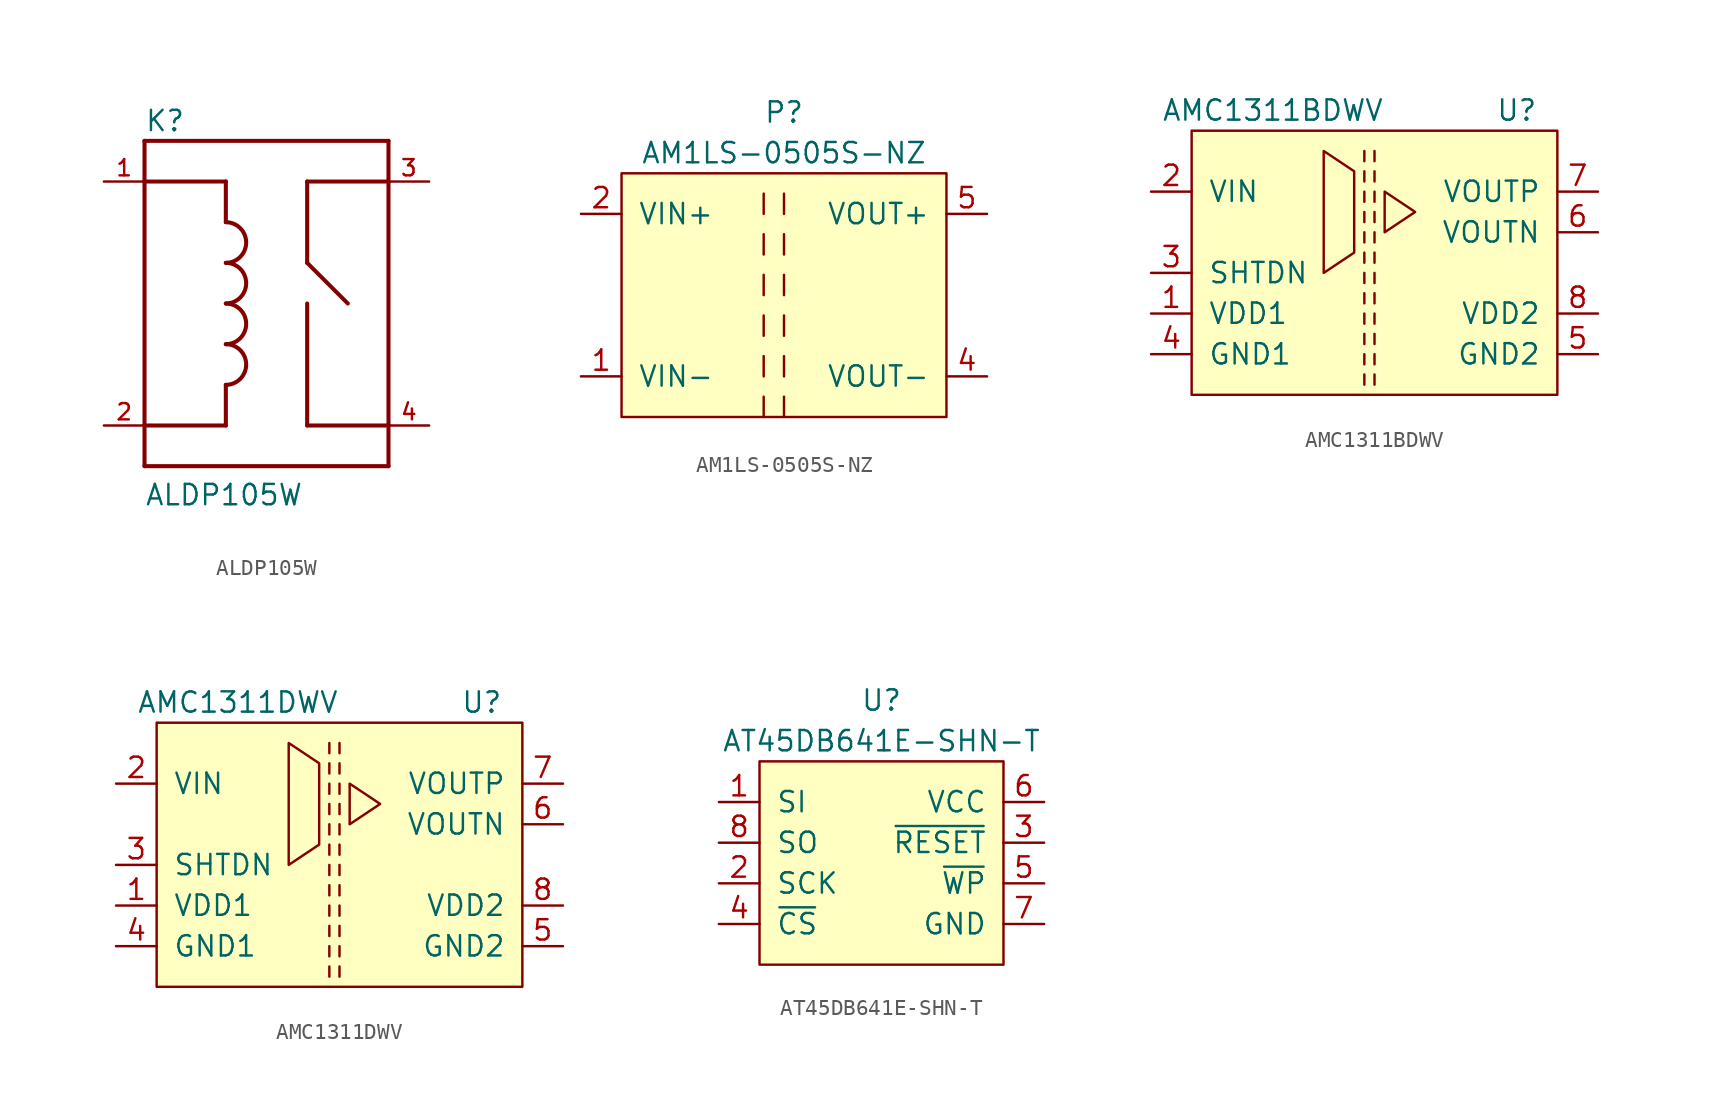
<source format=kicad_sym>
(kicad_symbol_lib
  (version 20211014)
  (generator kicad_symbol_editor)
  (symbol "ALDP105W"
    (pin_names
      (offset 1.016) hide)
    (property "Reference" "K"
      (at -7.62 10.668 0)
      (effects (font (size 1.27 1.27)) (justify left bottom)))
    (property "Value" "ALDP105W"
      (at -7.62 -12.7 0)
      (effects (font (size 1.27 1.27)) (justify left bottom)))
    (property "ki_locked" ""
      (at 0 0 0)
      (effects (font (size 1.27 1.27))))
    (symbol "ALDP105W_0_0"
      (arc (start -2.54 -5.08) (mid -1.27 -3.81) (end -2.54 -2.54) (stroke (width 0.254) (type default) (color 0 0 0 0)) (fill (type none)))
      (arc (start -2.54 -2.54) (mid -1.27 -1.27) (end -2.54 0) (stroke (width 0.254) (type default) (color 0 0 0 0)) (fill (type none)))
      (arc (start -2.54 0) (mid -1.27 1.27) (end -2.54 2.54) (stroke (width 0.254) (type default) (color 0 0 0 0)) (fill (type none)))
      (arc (start -2.54 2.54) (mid -1.27 3.81) (end -2.54 5.08) (stroke (width 0.254) (type default) (color 0 0 0 0)) (fill (type none)))
      (polyline (pts (xy -7.62 -10.16) (xy 7.62 -10.16)) (stroke (width 0.254) (type default) (color 0 0 0 0)) (fill (type none)))
      (polyline (pts (xy -7.62 -7.62) (xy -7.62 -10.16)) (stroke (width 0.254) (type default) (color 0 0 0 0)) (fill (type none)))
      (polyline (pts (xy -7.62 7.62) (xy -7.62 -7.62)) (stroke (width 0.254) (type default) (color 0 0 0 0)) (fill (type none)))
      (polyline (pts (xy -7.62 10.16) (xy -7.62 7.62)) (stroke (width 0.254) (type default) (color 0 0 0 0)) (fill (type none)))
      (polyline (pts (xy -2.54 -7.62) (xy -7.62 -7.62)) (stroke (width 0.254) (type default) (color 0 0 0 0)) (fill (type none)))
      (polyline (pts (xy -2.54 -5.08) (xy -2.54 -7.62)) (stroke (width 0.254) (type default) (color 0 0 0 0)) (fill (type none)))
      (polyline (pts (xy -2.54 5.08) (xy -2.54 7.62)) (stroke (width 0.254) (type default) (color 0 0 0 0)) (fill (type none)))
      (polyline (pts (xy -2.54 7.62) (xy -7.62 7.62)) (stroke (width 0.254) (type default) (color 0 0 0 0)) (fill (type none)))
      (polyline (pts (xy 2.54 -7.62) (xy 7.62 -7.62)) (stroke (width 0.254) (type default) (color 0 0 0 0)) (fill (type none)))
      (polyline (pts (xy 2.54 0) (xy 2.54 -7.62)) (stroke (width 0.254) (type default) (color 0 0 0 0)) (fill (type none)))
      (polyline (pts (xy 2.54 2.54) (xy 5.08 0)) (stroke (width 0.254) (type default) (color 0 0 0 0)) (fill (type none)))
      (polyline (pts (xy 2.54 7.62) (xy 2.54 2.54)) (stroke (width 0.254) (type default) (color 0 0 0 0)) (fill (type none)))
      (polyline (pts (xy 7.62 -7.62) (xy 7.62 -10.16)) (stroke (width 0.254) (type default) (color 0 0 0 0)) (fill (type none)))
      (polyline (pts (xy 7.62 7.62) (xy 2.54 7.62)) (stroke (width 0.254) (type default) (color 0 0 0 0)) (fill (type none)))
      (polyline (pts (xy 7.62 7.62) (xy 7.62 -7.62)) (stroke (width 0.254) (type default) (color 0 0 0 0)) (fill (type none)))
      (polyline (pts (xy 7.62 10.16) (xy -7.62 10.16)) (stroke (width 0.254) (type default) (color 0 0 0 0)) (fill (type none)))
      (polyline (pts (xy 7.62 10.16) (xy 7.62 7.62)) (stroke (width 0.254) (type default) (color 0 0 0 0)) (fill (type none)))
      (pin passive line (at -10.16 7.62 0) (length 2.54) (name "~" (effects (font (size 1.016 1.016)))) (number "1" (effects (font (size 1.016 1.016)))))
      (pin passive line (at -10.16 -7.62 0) (length 2.54) (name "~" (effects (font (size 1.016 1.016)))) (number "2" (effects (font (size 1.016 1.016)))))
      (pin passive line (at 10.16 7.62 180) (length 2.54) (name "~" (effects (font (size 1.016 1.016)))) (number "3" (effects (font (size 1.016 1.016)))))
      (pin passive line (at 10.16 -7.62 180) (length 2.54) (name "~" (effects (font (size 1.016 1.016)))) (number "4" (effects (font (size 1.016 1.016)))))))
  (symbol "AM1LS-0505S-NZ"
    (pin_names
      (offset 1.016))
    (property "Reference" "P"
      (at 0 11.43 0)
      (effects (font (size 1.27 1.27))))
    (property "Value" "AM1LS-0505S-NZ"
      (at 0 8.89 0)
      (effects (font (size 1.27 1.27))))
    (symbol "AM1LS-0505S-NZ_0_1"
      (rectangle (start -10.16 7.62) (end 10.16 -7.62) (stroke (width 0) (type default) (color 0 0 0 0)) (fill (type background)))
      (polyline (pts (xy -1.27 6.35) (xy -1.27 5.08)) (stroke (width 0) (type default) (color 0 0 0 0)) (fill (type none))))
    (symbol "AM1LS-0505S-NZ_1_1"
      (polyline (pts (xy -1.27 -6.35) (xy -1.27 -7.62)) (stroke (width 0) (type default) (color 0 0 0 0)) (fill (type none)))
      (polyline (pts (xy -1.27 -3.81) (xy -1.27 -5.08)) (stroke (width 0) (type default) (color 0 0 0 0)) (fill (type none)))
      (polyline (pts (xy -1.27 -1.27) (xy -1.27 -2.54)) (stroke (width 0) (type default) (color 0 0 0 0)) (fill (type none)))
      (polyline (pts (xy -1.27 1.27) (xy -1.27 0)) (stroke (width 0) (type default) (color 0 0 0 0)) (fill (type none)))
      (polyline (pts (xy -1.27 3.81) (xy -1.27 2.54)) (stroke (width 0) (type default) (color 0 0 0 0)) (fill (type none)))
      (polyline (pts (xy 0 -6.35) (xy 0 -7.62)) (stroke (width 0) (type default) (color 0 0 0 0)) (fill (type none)))
      (polyline (pts (xy 0 -3.81) (xy 0 -5.08)) (stroke (width 0) (type default) (color 0 0 0 0)) (fill (type none)))
      (polyline (pts (xy 0 -1.27) (xy 0 -2.54)) (stroke (width 0) (type default) (color 0 0 0 0)) (fill (type none)))
      (polyline (pts (xy 0 1.27) (xy 0 0)) (stroke (width 0) (type default) (color 0 0 0 0)) (fill (type none)))
      (polyline (pts (xy 0 3.81) (xy 0 2.54)) (stroke (width 0) (type default) (color 0 0 0 0)) (fill (type none)))
      (polyline (pts (xy 0 6.35) (xy 0 5.08)) (stroke (width 0) (type default) (color 0 0 0 0)) (fill (type none)))
      (pin power_in line (at -12.7 -5.08 0) (length 2.54) (name "VIN-" (effects (font (size 1.27 1.27)))) (number "1" (effects (font (size 1.27 1.27)))))
      (pin power_in line (at -12.7 5.08 0) (length 2.54) (name "VIN+" (effects (font (size 1.27 1.27)))) (number "2" (effects (font (size 1.27 1.27)))))
      (pin power_out line (at 12.7 -5.08 180) (length 2.54) (name "VOUT-" (effects (font (size 1.27 1.27)))) (number "4" (effects (font (size 1.27 1.27)))))
      (pin power_out line (at 12.7 5.08 180) (length 2.54) (name "VOUT+" (effects (font (size 1.27 1.27)))) (number "5" (effects (font (size 1.27 1.27)))))))
  (symbol "AMC1311BDWV"
    (pin_names
      (offset 1.016))
    (property "Reference" "U"
      (at 8.89 10.16 0)
      (effects (font (size 1.27 1.27))))
    (property "Value" "AMC1311BDWV"
      (at -6.35 10.16 0)
      (effects (font (size 1.27 1.27))))
    (symbol "AMC1311BDWV_0_1"
      (rectangle (start -11.43 8.89) (end 11.43 -7.62) (stroke (width 0) (type default) (color 0 0 0 0)) (fill (type background)))
      (polyline (pts (xy -0.635 0.635) (xy -0.635 1.27)) (stroke (width 0) (type default) (color 0 0 0 0)) (fill (type none)))
      (polyline (pts (xy -0.635 1.905) (xy -0.635 2.54)) (stroke (width 0) (type default) (color 0 0 0 0)) (fill (type none)))
      (polyline (pts (xy -0.635 3.175) (xy -0.635 3.81)) (stroke (width 0) (type default) (color 0 0 0 0)) (fill (type none)))
      (polyline (pts (xy -1.27 6.35) (xy -1.27 1.27) (xy -3.175 0) (xy -3.175 7.62) (xy -1.27 6.35)) (stroke (width 0) (type default) (color 0 0 0 0)) (fill (type none)))
      (polyline (pts (xy 0.635 5.08) (xy 2.54 3.81) (xy 0.635 2.54) (xy 0.635 4.445) (xy 0.635 5.08)) (stroke (width 0) (type default) (color 0 0 0 0)) (fill (type none))))
    (symbol "AMC1311BDWV_1_1"
      (polyline (pts (xy -0.635 -6.985) (xy -0.635 -6.35)) (stroke (width 0) (type default) (color 0 0 0 0)) (fill (type none)))
      (polyline (pts (xy -0.635 -5.715) (xy -0.635 -5.08)) (stroke (width 0) (type default) (color 0 0 0 0)) (fill (type none)))
      (polyline (pts (xy -0.635 -4.445) (xy -0.635 -3.81)) (stroke (width 0) (type default) (color 0 0 0 0)) (fill (type none)))
      (polyline (pts (xy -0.635 -3.175) (xy -0.635 -2.54)) (stroke (width 0) (type default) (color 0 0 0 0)) (fill (type none)))
      (polyline (pts (xy -0.635 -1.905) (xy -0.635 -1.27)) (stroke (width 0) (type default) (color 0 0 0 0)) (fill (type none)))
      (polyline (pts (xy -0.635 -0.635) (xy -0.635 0)) (stroke (width 0) (type default) (color 0 0 0 0)) (fill (type none)))
      (polyline (pts (xy -0.635 4.445) (xy -0.635 5.08)) (stroke (width 0) (type default) (color 0 0 0 0)) (fill (type none)))
      (polyline (pts (xy -0.635 5.715) (xy -0.635 6.35)) (stroke (width 0) (type default) (color 0 0 0 0)) (fill (type none)))
      (polyline (pts (xy -0.635 6.985) (xy -0.635 7.62)) (stroke (width 0) (type default) (color 0 0 0 0)) (fill (type none)))
      (polyline (pts (xy 0 -6.985) (xy 0 -6.35)) (stroke (width 0) (type default) (color 0 0 0 0)) (fill (type none)))
      (polyline (pts (xy 0 -5.715) (xy 0 -5.08)) (stroke (width 0) (type default) (color 0 0 0 0)) (fill (type none)))
      (polyline (pts (xy 0 -4.445) (xy 0 -3.81)) (stroke (width 0) (type default) (color 0 0 0 0)) (fill (type none)))
      (polyline (pts (xy 0 -3.175) (xy 0 -2.54)) (stroke (width 0) (type default) (color 0 0 0 0)) (fill (type none)))
      (polyline (pts (xy 0 -1.905) (xy 0 -1.27)) (stroke (width 0) (type default) (color 0 0 0 0)) (fill (type none)))
      (polyline (pts (xy 0 -0.635) (xy 0 0)) (stroke (width 0) (type default) (color 0 0 0 0)) (fill (type none)))
      (polyline (pts (xy 0 0.635) (xy 0 1.27)) (stroke (width 0) (type default) (color 0 0 0 0)) (fill (type none)))
      (polyline (pts (xy 0 1.905) (xy 0 2.54)) (stroke (width 0) (type default) (color 0 0 0 0)) (fill (type none)))
      (polyline (pts (xy 0 3.175) (xy 0 3.81)) (stroke (width 0) (type default) (color 0 0 0 0)) (fill (type none)))
      (polyline (pts (xy 0 4.445) (xy 0 5.08)) (stroke (width 0) (type default) (color 0 0 0 0)) (fill (type none)))
      (polyline (pts (xy 0 5.715) (xy 0 6.35)) (stroke (width 0) (type default) (color 0 0 0 0)) (fill (type none)))
      (polyline (pts (xy 0 6.985) (xy 0 7.62)) (stroke (width 0) (type default) (color 0 0 0 0)) (fill (type none)))
      (pin power_in line (at -13.97 -2.54 0) (length 2.54) (name "VDD1" (effects (font (size 1.27 1.27)))) (number "1" (effects (font (size 1.27 1.27)))))
      (pin input line (at -13.97 5.08 0) (length 2.54) (name "VIN" (effects (font (size 1.27 1.27)))) (number "2" (effects (font (size 1.27 1.27)))))
      (pin input line (at -13.97 0 0) (length 2.54) (name "SHTDN" (effects (font (size 1.27 1.27)))) (number "3" (effects (font (size 1.27 1.27)))))
      (pin power_in line (at -13.97 -5.08 0) (length 2.54) (name "GND1" (effects (font (size 1.27 1.27)))) (number "4" (effects (font (size 1.27 1.27)))))
      (pin power_in line (at 13.97 -5.08 180) (length 2.54) (name "GND2" (effects (font (size 1.27 1.27)))) (number "5" (effects (font (size 1.27 1.27)))))
      (pin output line (at 13.97 2.54 180) (length 2.54) (name "VOUTN" (effects (font (size 1.27 1.27)))) (number "6" (effects (font (size 1.27 1.27)))))
      (pin output line (at 13.97 5.08 180) (length 2.54) (name "VOUTP" (effects (font (size 1.27 1.27)))) (number "7" (effects (font (size 1.27 1.27)))))
      (pin power_in line (at 13.97 -2.54 180) (length 2.54) (name "VDD2" (effects (font (size 1.27 1.27)))) (number "8" (effects (font (size 1.27 1.27)))))))
  (symbol "AMC1311DWV"
    (pin_names
      (offset 1.016))
    (property "Reference" "U"
      (at 8.89 10.16 0)
      (effects (font (size 1.27 1.27))))
    (property "Value" "AMC1311DWV"
      (at -6.35 10.16 0)
      (effects (font (size 1.27 1.27))))
    (symbol "AMC1311DWV_0_1"
      (rectangle (start -11.43 8.89) (end 11.43 -7.62) (stroke (width 0) (type default) (color 0 0 0 0)) (fill (type background)))
      (polyline (pts (xy -0.635 0.635) (xy -0.635 1.27)) (stroke (width 0) (type default) (color 0 0 0 0)) (fill (type none)))
      (polyline (pts (xy -0.635 1.905) (xy -0.635 2.54)) (stroke (width 0) (type default) (color 0 0 0 0)) (fill (type none)))
      (polyline (pts (xy -0.635 3.175) (xy -0.635 3.81)) (stroke (width 0) (type default) (color 0 0 0 0)) (fill (type none)))
      (polyline (pts (xy -1.27 6.35) (xy -1.27 1.27) (xy -3.175 0) (xy -3.175 7.62) (xy -1.27 6.35)) (stroke (width 0) (type default) (color 0 0 0 0)) (fill (type none)))
      (polyline (pts (xy 0.635 5.08) (xy 2.54 3.81) (xy 0.635 2.54) (xy 0.635 4.445) (xy 0.635 5.08)) (stroke (width 0) (type default) (color 0 0 0 0)) (fill (type none))))
    (symbol "AMC1311DWV_1_1"
      (polyline (pts (xy -0.635 -6.985) (xy -0.635 -6.35)) (stroke (width 0) (type default) (color 0 0 0 0)) (fill (type none)))
      (polyline (pts (xy -0.635 -5.715) (xy -0.635 -5.08)) (stroke (width 0) (type default) (color 0 0 0 0)) (fill (type none)))
      (polyline (pts (xy -0.635 -4.445) (xy -0.635 -3.81)) (stroke (width 0) (type default) (color 0 0 0 0)) (fill (type none)))
      (polyline (pts (xy -0.635 -3.175) (xy -0.635 -2.54)) (stroke (width 0) (type default) (color 0 0 0 0)) (fill (type none)))
      (polyline (pts (xy -0.635 -1.905) (xy -0.635 -1.27)) (stroke (width 0) (type default) (color 0 0 0 0)) (fill (type none)))
      (polyline (pts (xy -0.635 -0.635) (xy -0.635 0)) (stroke (width 0) (type default) (color 0 0 0 0)) (fill (type none)))
      (polyline (pts (xy -0.635 4.445) (xy -0.635 5.08)) (stroke (width 0) (type default) (color 0 0 0 0)) (fill (type none)))
      (polyline (pts (xy -0.635 5.715) (xy -0.635 6.35)) (stroke (width 0) (type default) (color 0 0 0 0)) (fill (type none)))
      (polyline (pts (xy -0.635 6.985) (xy -0.635 7.62)) (stroke (width 0) (type default) (color 0 0 0 0)) (fill (type none)))
      (polyline (pts (xy 0 -6.985) (xy 0 -6.35)) (stroke (width 0) (type default) (color 0 0 0 0)) (fill (type none)))
      (polyline (pts (xy 0 -5.715) (xy 0 -5.08)) (stroke (width 0) (type default) (color 0 0 0 0)) (fill (type none)))
      (polyline (pts (xy 0 -4.445) (xy 0 -3.81)) (stroke (width 0) (type default) (color 0 0 0 0)) (fill (type none)))
      (polyline (pts (xy 0 -3.175) (xy 0 -2.54)) (stroke (width 0) (type default) (color 0 0 0 0)) (fill (type none)))
      (polyline (pts (xy 0 -1.905) (xy 0 -1.27)) (stroke (width 0) (type default) (color 0 0 0 0)) (fill (type none)))
      (polyline (pts (xy 0 -0.635) (xy 0 0)) (stroke (width 0) (type default) (color 0 0 0 0)) (fill (type none)))
      (polyline (pts (xy 0 0.635) (xy 0 1.27)) (stroke (width 0) (type default) (color 0 0 0 0)) (fill (type none)))
      (polyline (pts (xy 0 1.905) (xy 0 2.54)) (stroke (width 0) (type default) (color 0 0 0 0)) (fill (type none)))
      (polyline (pts (xy 0 3.175) (xy 0 3.81)) (stroke (width 0) (type default) (color 0 0 0 0)) (fill (type none)))
      (polyline (pts (xy 0 4.445) (xy 0 5.08)) (stroke (width 0) (type default) (color 0 0 0 0)) (fill (type none)))
      (polyline (pts (xy 0 5.715) (xy 0 6.35)) (stroke (width 0) (type default) (color 0 0 0 0)) (fill (type none)))
      (polyline (pts (xy 0 6.985) (xy 0 7.62)) (stroke (width 0) (type default) (color 0 0 0 0)) (fill (type none)))
      (pin power_in line (at -13.97 -2.54 0) (length 2.54) (name "VDD1" (effects (font (size 1.27 1.27)))) (number "1" (effects (font (size 1.27 1.27)))))
      (pin input line (at -13.97 5.08 0) (length 2.54) (name "VIN" (effects (font (size 1.27 1.27)))) (number "2" (effects (font (size 1.27 1.27)))))
      (pin input line (at -13.97 0 0) (length 2.54) (name "SHTDN" (effects (font (size 1.27 1.27)))) (number "3" (effects (font (size 1.27 1.27)))))
      (pin power_in line (at -13.97 -5.08 0) (length 2.54) (name "GND1" (effects (font (size 1.27 1.27)))) (number "4" (effects (font (size 1.27 1.27)))))
      (pin power_in line (at 13.97 -5.08 180) (length 2.54) (name "GND2" (effects (font (size 1.27 1.27)))) (number "5" (effects (font (size 1.27 1.27)))))
      (pin output line (at 13.97 2.54 180) (length 2.54) (name "VOUTN" (effects (font (size 1.27 1.27)))) (number "6" (effects (font (size 1.27 1.27)))))
      (pin output line (at 13.97 5.08 180) (length 2.54) (name "VOUTP" (effects (font (size 1.27 1.27)))) (number "7" (effects (font (size 1.27 1.27)))))
      (pin power_in line (at 13.97 -2.54 180) (length 2.54) (name "VDD2" (effects (font (size 1.27 1.27)))) (number "8" (effects (font (size 1.27 1.27)))))))
  (symbol "AT45DB641E-SHN-T"
    (pin_names
      (offset 1.016))
    (property "Reference" "U"
      (at 0 10.16 0)
      (effects (font (size 1.27 1.27))))
    (property "Value" "AT45DB641E-SHN-T"
      (at 0 7.62 0)
      (effects (font (size 1.27 1.27))))
    (symbol "AT45DB641E-SHN-T_0_1"
      (rectangle (start -7.62 6.35) (end 7.62 -6.35) (stroke (width 0) (type default) (color 0 0 0 0)) (fill (type background))))
    (symbol "AT45DB641E-SHN-T_1_1"
      (pin input line (at -10.16 3.81 0) (length 2.54) (name "SI" (effects (font (size 1.27 1.27)))) (number "1" (effects (font (size 1.27 1.27)))))
      (pin input line (at -10.16 -1.27 0) (length 2.54) (name "SCK" (effects (font (size 1.27 1.27)))) (number "2" (effects (font (size 1.27 1.27)))))
      (pin input line (at 10.16 1.27 180) (length 2.54) (name "~{RESET}" (effects (font (size 1.27 1.27)))) (number "3" (effects (font (size 1.27 1.27)))))
      (pin input line (at -10.16 -3.81 0) (length 2.54) (name "~{CS}" (effects (font (size 1.27 1.27)))) (number "4" (effects (font (size 1.27 1.27)))))
      (pin input line (at 10.16 -1.27 180) (length 2.54) (name "~{WP}" (effects (font (size 1.27 1.27)))) (number "5" (effects (font (size 1.27 1.27)))))
      (pin power_in line (at 10.16 3.81 180) (length 2.54) (name "VCC" (effects (font (size 1.27 1.27)))) (number "6" (effects (font (size 1.27 1.27)))))
      (pin power_in line (at 10.16 -3.81 180) (length 2.54) (name "GND" (effects (font (size 1.27 1.27)))) (number "7" (effects (font (size 1.27 1.27)))))
      (pin output line (at -10.16 1.27 0) (length 2.54) (name "SO" (effects (font (size 1.27 1.27)))) (number "8" (effects (font (size 1.27 1.27))))))))
</source>
